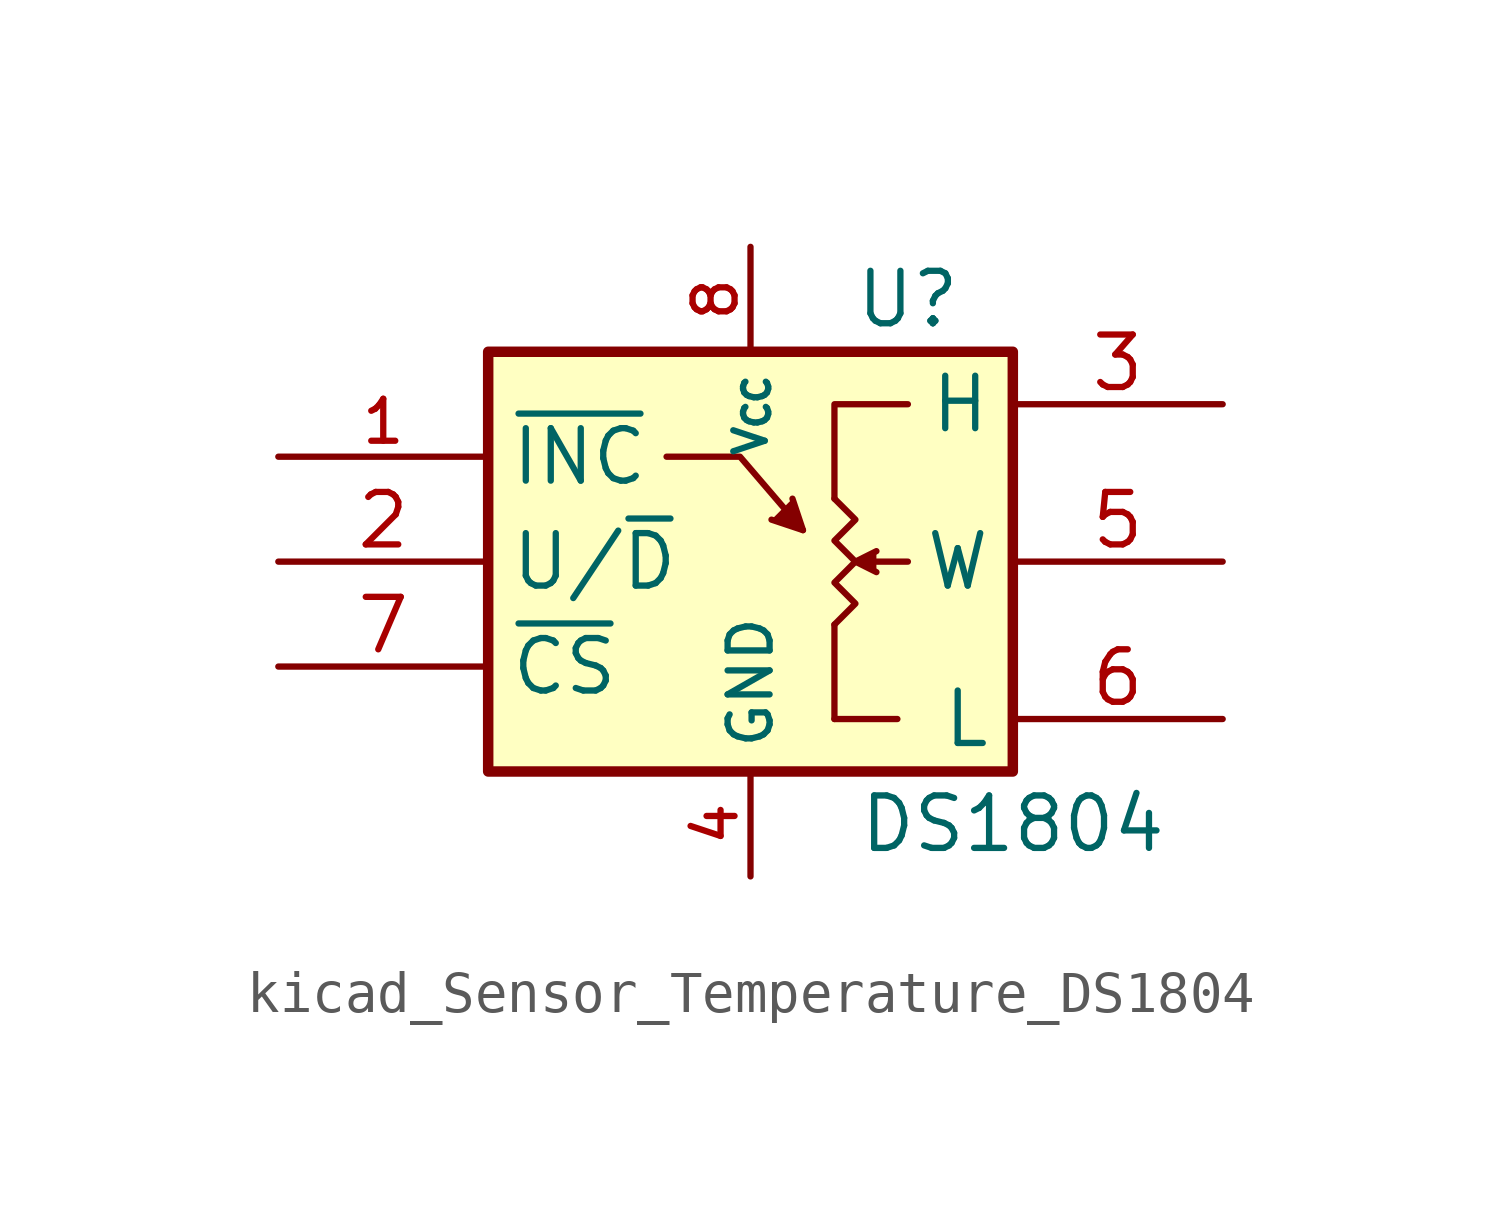
<source format=kicad_sym>
(kicad_symbol_lib
  (version 20220914)
  (generator kicad_symbol_editor)
  (symbol "kicad_Sensor_Temperature_DS1804"
    (property "Reference" "U"
      (at 3.81 6.35 0)
      (effects (font (size 1.27 1.27))))
    (property "Value" "DS1804"
      (at 6.35 -6.35 0)
      (effects (font (size 1.27 1.27))))
    (symbol "kicad_Sensor_Temperature_DS1804_0_1"
      (rectangle (start -6.35 5.08) (end 6.35 -5.08) (stroke (width 0.254) (type default)) (fill (type background)))
      (polyline (pts (xy 2.032 -1.524) (xy 2.032 -3.81)) (stroke (width 0) (type default)) (fill (type none)))
      (polyline (pts (xy 3.556 -3.81) (xy 2.032 -3.81)) (stroke (width 0) (type default)) (fill (type none)))
      (polyline (pts (xy 3.81 0) (xy 3.048 0)) (stroke (width 0) (type default)) (fill (type none)))
      (polyline (pts (xy -2.032 2.54) (xy -0.254 2.54) (xy 1.27 0.762)) (stroke (width 0) (type default)) (fill (type none)))
      (polyline (pts (xy 1.016 1.524) (xy 1.27 0.762) (xy 0.508 1.016)) (stroke (width 0) (type default)) (fill (type outline)))
      (polyline (pts (xy 2.032 1.524) (xy 2.032 3.81) (xy 3.81 3.81)) (stroke (width 0) (type default)) (fill (type none)))
      (polyline (pts (xy 3.048 -0.254) (xy 2.54 0) (xy 3.048 0.254)) (stroke (width 0) (type default)) (fill (type outline)))
      (polyline (pts (xy 2.54 0) (xy 2.032 0.508) (xy 2.54 1.016) (xy 2.032 1.524)) (stroke (width 0) (type default)) (fill (type none)))
      (polyline (pts (xy 2.54 0) (xy 2.032 -0.508) (xy 2.54 -1.016) (xy 2.032 -1.524) (xy 2.032 -1.524)) (stroke (width 0) (type default)) (fill (type none))))
    (symbol "kicad_Sensor_Temperature_DS1804_1_1"
      (pin input line (at -11.43 2.54 0) (length 5.08) (name "~{INC}" (effects (font (size 1.27 1.27)))) (number "1" (effects (font (size 1.016 1.016)))))
      (pin input line (at -11.43 0 0) (length 5.08) (name "U/~{D}" (effects (font (size 1.27 1.27)))) (number "2" (effects (font (size 1.27 1.27)))))
      (pin passive line (at 11.43 3.81 180) (length 5.08) (name "H" (effects (font (size 1.27 1.27)))) (number "3" (effects (font (size 1.27 1.27)))))
      (pin power_in line (at 0 -7.62 90) (length 2.54) (name "GND" (effects (font (size 1.016 1.016)))) (number "4" (effects (font (size 1.016 1.016)))))
      (pin passive line (at 11.43 0 180) (length 5.08) (name "W" (effects (font (size 1.27 1.27)))) (number "5" (effects (font (size 1.27 1.27)))))
      (pin passive line (at 11.43 -3.81 180) (length 5.08) (name "L" (effects (font (size 1.27 1.27)))) (number "6" (effects (font (size 1.27 1.27)))))
      (pin input line (at -11.43 -2.54 0) (length 5.08) (name "~{CS}" (effects (font (size 1.27 1.27)))) (number "7" (effects (font (size 1.27 1.27)))))
      (pin power_in line (at 0 7.62 270) (length 2.54) (name "V_{CC}" (effects (font (size 0.762 0.762)))) (number "8" (effects (font (size 1.016 1.016))))))))
</source>
